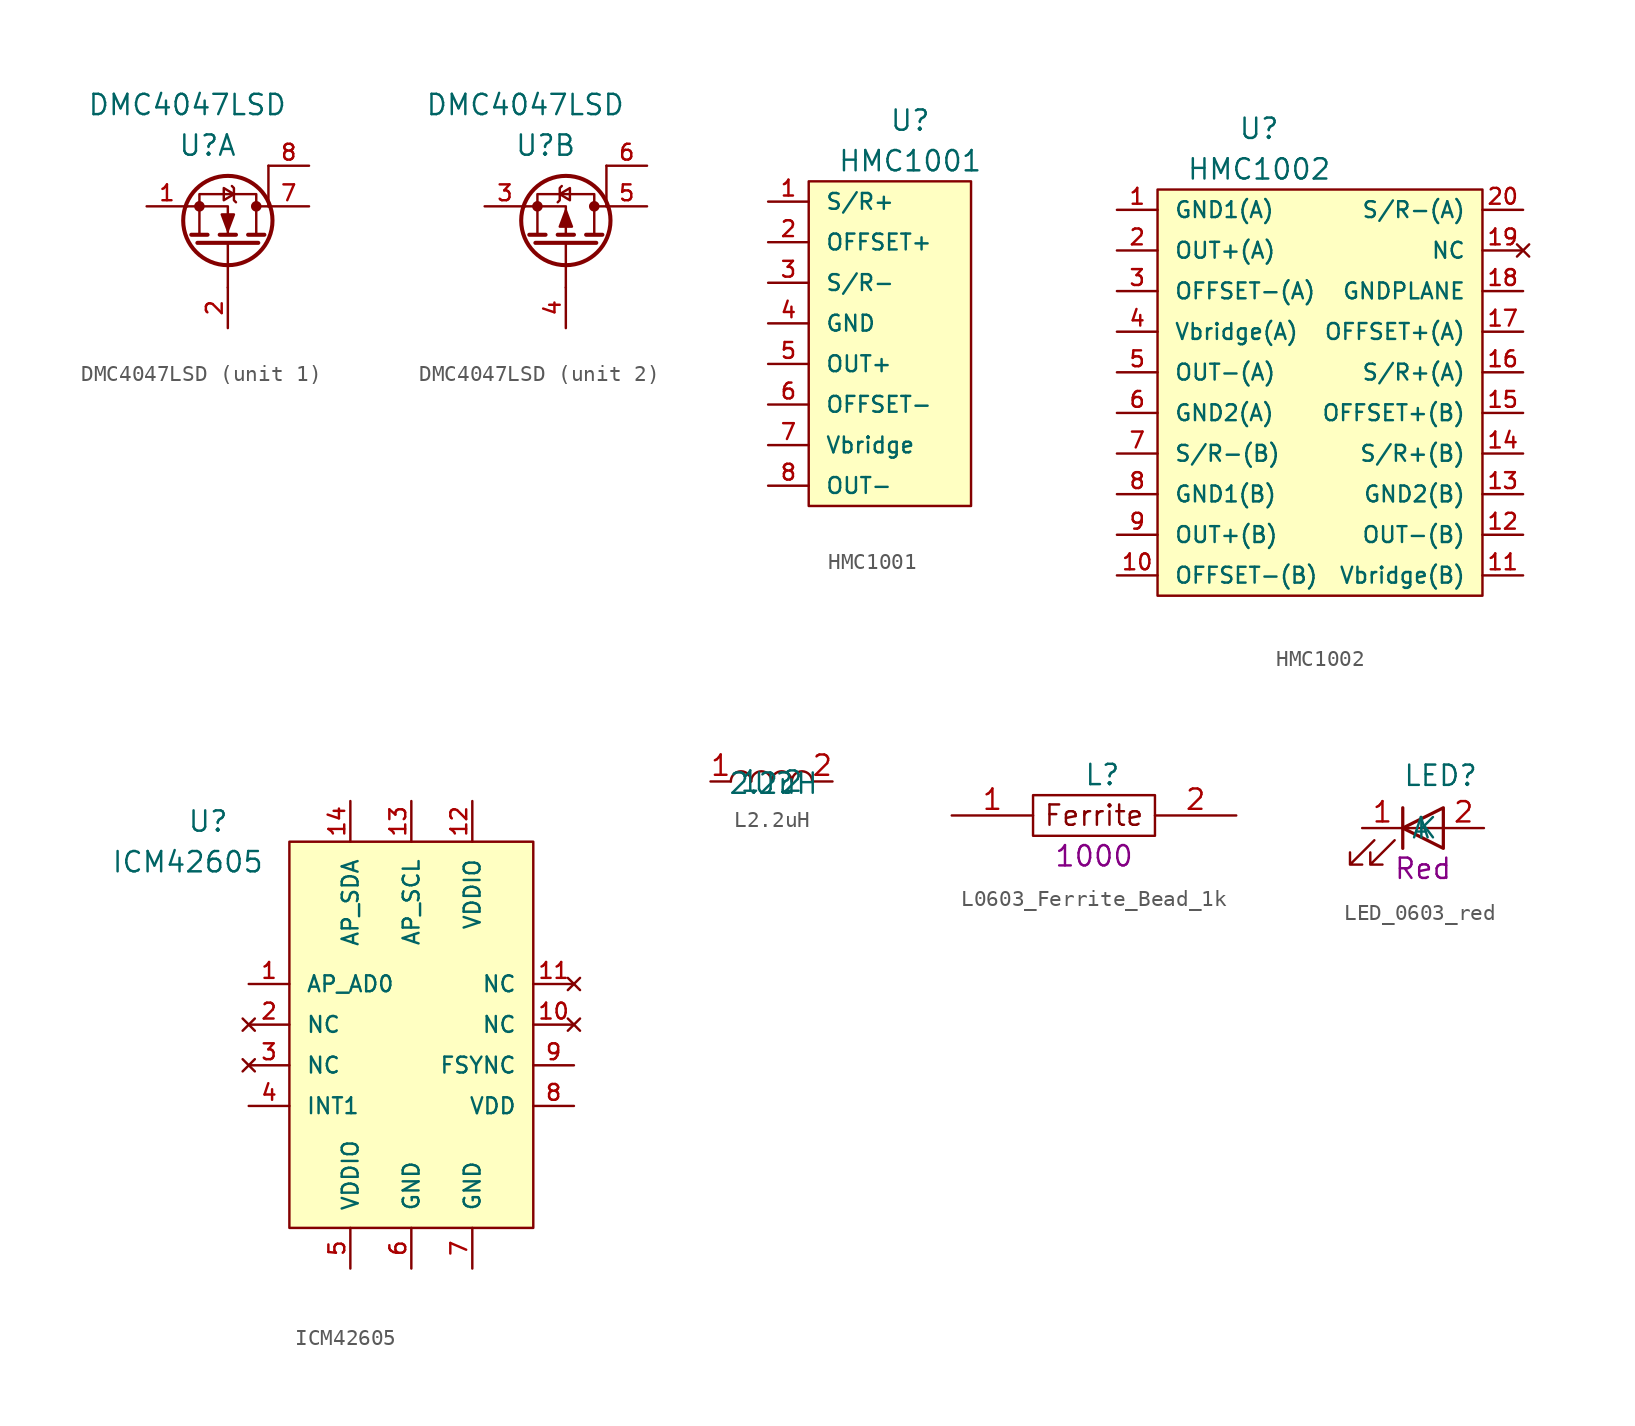
<source format=kicad_sym>
(kicad_symbol_lib
  (version 20220914)
  (generator kicad_symbol_editor)
  (symbol "DMC4047LSD"
    (pin_names
      (offset 1.016))
    (property "Reference" "U"
      (at -1.27 -1.27 0)
      (effects (font (size 1.27 1.27))))
    (property "Value" "DMC4047LSD"
      (at -2.54 1.27 0)
      (effects (font (size 1.27 1.27))))
    (symbol "DMC4047LSD_1_1"
      (circle (center -1.778 -5.08) (radius 0.254) (stroke (width 0) (type solid)) (fill (type outline)))
      (circle (center 0 -5.969) (radius 2.794) (stroke (width 0.254) (type solid)) (fill (type none)))
      (polyline (pts (xy -1.27 -6.858) (xy -2.286 -6.858)) (stroke (width 0.254) (type solid)) (fill (type none)))
      (polyline (pts (xy 0 -7.366) (xy 0 -10.16)) (stroke (width 0) (type solid)) (fill (type none)))
      (polyline (pts (xy 0.508 -6.858) (xy -0.508 -6.858)) (stroke (width 0.254) (type solid)) (fill (type none)))
      (polyline (pts (xy 1.905 -7.366) (xy -1.905 -7.366)) (stroke (width 0.254) (type solid)) (fill (type none)))
      (polyline (pts (xy 2.286 -6.858) (xy 1.27 -6.858)) (stroke (width 0.254) (type solid)) (fill (type none)))
      (polyline (pts (xy 2.54 -5.08) (xy 1.778 -5.08)) (stroke (width 0) (type solid)) (fill (type none)))
      (polyline (pts (xy 2.54 -5.08) (xy 2.54 -2.54)) (stroke (width 0) (type solid)) (fill (type none)))
      (polyline (pts (xy -2.54 -5.08) (xy 0 -5.08) (xy 0 -6.858)) (stroke (width 0) (type solid)) (fill (type none)))
      (polyline (pts (xy -1.778 -6.858) (xy -1.778 -4.318) (xy 1.778 -4.318) (xy 1.778 -6.858)) (stroke (width 0) (type solid)) (fill (type none)))
      (polyline (pts (xy 0 -6.604) (xy 0.381 -5.588) (xy -0.381 -5.588) (xy 0 -6.604)) (stroke (width 0) (type solid)) (fill (type outline)))
      (polyline (pts (xy 0.381 -4.318) (xy -0.254 -4.699) (xy -0.254 -3.937) (xy 0.381 -4.318)) (stroke (width 0) (type solid)) (fill (type none)))
      (polyline (pts (xy 0.508 -4.826) (xy 0.381 -4.699) (xy 0.381 -3.937) (xy 0.254 -3.81)) (stroke (width 0) (type solid)) (fill (type none)))
      (circle (center 1.778 -5.08) (radius 0.254) (stroke (width 0) (type solid)) (fill (type outline)))
      (pin passive line (at -5.08 -5.08 0) (length 2.54) (name "~" (effects (font (size 0.991 0.991)))) (number "1" (effects (font (size 0.991 0.991)))))
      (pin passive line (at 0 -12.7 90) (length 2.54) (name "~" (effects (font (size 0.991 0.991)))) (number "2" (effects (font (size 0.991 0.991)))))
      (pin passive line (at 5.08 -5.08 180) (length 2.54) (name "~" (effects (font (size 0.991 0.991)))) (number "7" (effects (font (size 0.991 0.991)))))
      (pin passive line (at 5.08 -2.54 180) (length 2.54) (name "~" (effects (font (size 0.991 0.991)))) (number "8" (effects (font (size 0.991 0.991))))))
    (symbol "DMC4047LSD_2_1"
      (circle (center -1.778 -5.08) (radius 0.254) (stroke (width 0) (type solid)) (fill (type outline)))
      (circle (center 0 -5.969) (radius 2.794) (stroke (width 0.254) (type solid)) (fill (type none)))
      (polyline (pts (xy -1.27 -6.858) (xy -2.286 -6.858)) (stroke (width 0.254) (type solid)) (fill (type none)))
      (polyline (pts (xy 0 -7.366) (xy 0 -10.16)) (stroke (width 0) (type solid)) (fill (type none)))
      (polyline (pts (xy 0.508 -6.858) (xy -0.508 -6.858)) (stroke (width 0.254) (type solid)) (fill (type none)))
      (polyline (pts (xy 1.905 -7.366) (xy -1.905 -7.366)) (stroke (width 0.254) (type solid)) (fill (type none)))
      (polyline (pts (xy 2.286 -6.858) (xy 1.27 -6.858)) (stroke (width 0.254) (type solid)) (fill (type none)))
      (polyline (pts (xy 2.54 -5.08) (xy 1.778 -5.08)) (stroke (width 0) (type solid)) (fill (type none)))
      (polyline (pts (xy 2.54 -5.08) (xy 2.54 -2.54)) (stroke (width 0) (type solid)) (fill (type none)))
      (polyline (pts (xy -2.54 -5.08) (xy 0 -5.08) (xy 0 -6.858)) (stroke (width 0) (type solid)) (fill (type none)))
      (polyline (pts (xy -1.778 -6.858) (xy -1.778 -4.318) (xy 1.778 -4.318) (xy 1.778 -6.858)) (stroke (width 0) (type solid)) (fill (type none)))
      (polyline (pts (xy -0.508 -4.826) (xy -0.381 -4.699) (xy -0.381 -3.937) (xy -0.254 -3.81)) (stroke (width 0) (type solid)) (fill (type none)))
      (polyline (pts (xy -0.381 -4.318) (xy 0.254 -4.699) (xy 0.254 -3.937) (xy -0.381 -4.318)) (stroke (width 0) (type solid)) (fill (type none)))
      (polyline (pts (xy 0 -5.334) (xy 0.381 -6.35) (xy -0.381 -6.35) (xy 0 -5.334)) (stroke (width 0) (type solid)) (fill (type outline)))
      (circle (center 1.778 -5.08) (radius 0.254) (stroke (width 0) (type solid)) (fill (type outline)))
      (pin passive line (at -5.08 -5.08 0) (length 2.54) (name "~" (effects (font (size 0.991 0.991)))) (number "3" (effects (font (size 0.991 0.991)))))
      (pin passive line (at 0 -12.7 90) (length 2.54) (name "~" (effects (font (size 0.991 0.991)))) (number "4" (effects (font (size 0.991 0.991)))))
      (pin passive line (at 5.08 -5.08 180) (length 2.54) (name "~" (effects (font (size 0.991 0.991)))) (number "5" (effects (font (size 0.991 0.991)))))
      (pin passive line (at 5.08 -2.54 180) (length 2.54) (name "~" (effects (font (size 0.991 0.991)))) (number "6" (effects (font (size 0.991 0.991)))))))
  (symbol "HMC1001"
    (pin_names
      (offset 1.016))
    (property "Reference" "U"
      (at 3.81 2.54 0)
      (effects (font (size 1.27 1.27))))
    (property "Value" "HMC1001"
      (at 3.81 0 0)
      (effects (font (size 1.27 1.27))))
    (symbol "HMC1001_0_1"
      (rectangle (start -2.54 -1.27) (end 7.62 -21.59) (stroke (width 0) (type solid)) (fill (type background))))
    (symbol "HMC1001_1_1"
      (pin passive line (at -5.08 -2.54 0) (length 2.54) (name "S/R+" (effects (font (size 0.991 0.991)))) (number "1" (effects (font (size 0.991 0.991)))))
      (pin passive line (at -5.08 -5.08 0) (length 2.54) (name "OFFSET+" (effects (font (size 0.991 0.991)))) (number "2" (effects (font (size 0.991 0.991)))))
      (pin passive line (at -5.08 -7.62 0) (length 2.54) (name "S/R-" (effects (font (size 0.991 0.991)))) (number "3" (effects (font (size 0.991 0.991)))))
      (pin power_in line (at -5.08 -10.16 0) (length 2.54) (name "GND" (effects (font (size 0.991 0.991)))) (number "4" (effects (font (size 0.991 0.991)))))
      (pin passive line (at -5.08 -12.7 0) (length 2.54) (name "OUT+" (effects (font (size 0.991 0.991)))) (number "5" (effects (font (size 0.991 0.991)))))
      (pin passive line (at -5.08 -15.24 0) (length 2.54) (name "OFFSET-" (effects (font (size 0.991 0.991)))) (number "6" (effects (font (size 0.991 0.991)))))
      (pin power_in line (at -5.08 -17.78 0) (length 2.54) (name "Vbridge" (effects (font (size 0.991 0.991)))) (number "7" (effects (font (size 0.991 0.991)))))
      (pin passive line (at -5.08 -20.32 0) (length 2.54) (name "OUT-" (effects (font (size 0.991 0.991)))) (number "8" (effects (font (size 0.991 0.991)))))))
  (symbol "HMC1002"
    (pin_names
      (offset 1.016))
    (property "Reference" "U"
      (at 3.81 2.54 0)
      (effects (font (size 1.27 1.27))))
    (property "Value" "HMC1002"
      (at 3.81 0 0)
      (effects (font (size 1.27 1.27))))
    (symbol "HMC1002_0_1"
      (rectangle (start -2.54 -1.27) (end 17.78 -26.67) (stroke (width 0) (type solid)) (fill (type background))))
    (symbol "HMC1002_1_1"
      (pin power_in line (at -5.08 -2.54 0) (length 2.54) (name "GND1(A)" (effects (font (size 0.991 0.991)))) (number "1" (effects (font (size 0.991 0.991)))))
      (pin passive line (at -5.08 -25.4 0) (length 2.54) (name "OFFSET-(B)" (effects (font (size 0.991 0.991)))) (number "10" (effects (font (size 0.991 0.991)))))
      (pin power_in line (at 20.32 -25.4 180) (length 2.54) (name "Vbridge(B)" (effects (font (size 0.991 0.991)))) (number "11" (effects (font (size 0.991 0.991)))))
      (pin passive line (at 20.32 -22.86 180) (length 2.54) (name "OUT-(B)" (effects (font (size 0.991 0.991)))) (number "12" (effects (font (size 0.991 0.991)))))
      (pin passive line (at 20.32 -20.32 180) (length 2.54) (name "GND2(B)" (effects (font (size 0.991 0.991)))) (number "13" (effects (font (size 0.991 0.991)))))
      (pin passive line (at 20.32 -17.78 180) (length 2.54) (name "S/R+(B)" (effects (font (size 0.991 0.991)))) (number "14" (effects (font (size 0.991 0.991)))))
      (pin passive line (at 20.32 -15.24 180) (length 2.54) (name "OFFSET+(B)" (effects (font (size 0.991 0.991)))) (number "15" (effects (font (size 0.991 0.991)))))
      (pin passive line (at 20.32 -12.7 180) (length 2.54) (name "S/R+(A)" (effects (font (size 0.991 0.991)))) (number "16" (effects (font (size 0.991 0.991)))))
      (pin passive line (at 20.32 -10.16 180) (length 2.54) (name "OFFSET+(A)" (effects (font (size 0.991 0.991)))) (number "17" (effects (font (size 0.991 0.991)))))
      (pin power_in line (at 20.32 -7.62 180) (length 2.54) (name "GNDPLANE" (effects (font (size 0.991 0.991)))) (number "18" (effects (font (size 0.991 0.991)))))
      (pin no_connect line (at 20.32 -5.08 180) (length 2.54) (name "NC" (effects (font (size 0.991 0.991)))) (number "19" (effects (font (size 0.991 0.991)))))
      (pin passive line (at -5.08 -5.08 0) (length 2.54) (name "OUT+(A)" (effects (font (size 0.991 0.991)))) (number "2" (effects (font (size 0.991 0.991)))))
      (pin passive line (at 20.32 -2.54 180) (length 2.54) (name "S/R-(A)" (effects (font (size 0.991 0.991)))) (number "20" (effects (font (size 0.991 0.991)))))
      (pin passive line (at -5.08 -7.62 0) (length 2.54) (name "OFFSET-(A)" (effects (font (size 0.991 0.991)))) (number "3" (effects (font (size 0.991 0.991)))))
      (pin power_in line (at -5.08 -10.16 0) (length 2.54) (name "Vbridge(A)" (effects (font (size 0.991 0.991)))) (number "4" (effects (font (size 0.991 0.991)))))
      (pin passive line (at -5.08 -12.7 0) (length 2.54) (name "OUT-(A)" (effects (font (size 0.991 0.991)))) (number "5" (effects (font (size 0.991 0.991)))))
      (pin power_in line (at -5.08 -15.24 0) (length 2.54) (name "GND2(A)" (effects (font (size 0.991 0.991)))) (number "6" (effects (font (size 0.991 0.991)))))
      (pin passive line (at -5.08 -17.78 0) (length 2.54) (name "S/R-(B)" (effects (font (size 0.991 0.991)))) (number "7" (effects (font (size 0.991 0.991)))))
      (pin passive line (at -5.08 -20.32 0) (length 2.54) (name "GND1(B)" (effects (font (size 0.991 0.991)))) (number "8" (effects (font (size 0.991 0.991)))))
      (pin passive line (at -5.08 -22.86 0) (length 2.54) (name "OUT+(B)" (effects (font (size 0.991 0.991)))) (number "9" (effects (font (size 0.991 0.991)))))))
  (symbol "ICM42605"
    (pin_names
      (offset 1.016))
    (property "Reference" "U"
      (at -8.89 5.08 0)
      (effects (font (size 1.27 1.27))))
    (property "Value" "ICM42605"
      (at -10.16 2.54 0)
      (effects (font (size 1.27 1.27))))
    (symbol "ICM42605_0_1"
      (rectangle (start -3.81 3.81) (end 11.43 -20.32) (stroke (width 0) (type solid)) (fill (type background))))
    (symbol "ICM42605_1_1"
      (pin input line (at -6.35 -5.08 0) (length 2.54) (name "AP_AD0" (effects (font (size 0.991 0.991)))) (number "1" (effects (font (size 0.991 0.991)))))
      (pin no_connect line (at 13.97 -7.62 180) (length 2.54) (name "NC" (effects (font (size 0.991 0.991)))) (number "10" (effects (font (size 0.991 0.991)))))
      (pin no_connect line (at 13.97 -5.08 180) (length 2.54) (name "NC" (effects (font (size 0.991 0.991)))) (number "11" (effects (font (size 0.991 0.991)))))
      (pin power_in line (at 7.62 6.35 270) (length 2.54) (name "VDDIO" (effects (font (size 0.991 0.991)))) (number "12" (effects (font (size 0.991 0.991)))))
      (pin open_collector line (at 3.81 6.35 270) (length 2.54) (name "AP_SCL" (effects (font (size 0.991 0.991)))) (number "13" (effects (font (size 0.991 0.991)))))
      (pin open_collector line (at 0 6.35 270) (length 2.54) (name "AP_SDA" (effects (font (size 0.991 0.991)))) (number "14" (effects (font (size 0.991 0.991)))))
      (pin no_connect line (at -6.35 -7.62 0) (length 2.54) (name "NC" (effects (font (size 0.991 0.991)))) (number "2" (effects (font (size 0.991 0.991)))))
      (pin no_connect line (at -6.35 -10.16 0) (length 2.54) (name "NC" (effects (font (size 0.991 0.991)))) (number "3" (effects (font (size 0.991 0.991)))))
      (pin output line (at -6.35 -12.7 0) (length 2.54) (name "INT1" (effects (font (size 0.991 0.991)))) (number "4" (effects (font (size 0.991 0.991)))))
      (pin power_in line (at 0 -22.86 90) (length 2.54) (name "VDDIO" (effects (font (size 0.991 0.991)))) (number "5" (effects (font (size 0.991 0.991)))))
      (pin power_in line (at 3.81 -22.86 90) (length 2.54) (name "GND" (effects (font (size 0.991 0.991)))) (number "6" (effects (font (size 0.991 0.991)))))
      (pin power_in line (at 7.62 -22.86 90) (length 2.54) (name "GND" (effects (font (size 0.991 0.991)))) (number "7" (effects (font (size 0.991 0.991)))))
      (pin power_in line (at 13.97 -12.7 180) (length 2.54) (name "VDD" (effects (font (size 0.991 0.991)))) (number "8" (effects (font (size 0.991 0.991)))))
      (pin bidirectional line (at 13.97 -10.16 180) (length 2.54) (name "FSYNC" (effects (font (size 0.991 0.991)))) (number "9" (effects (font (size 0.991 0.991)))))))
  (symbol "L2.2uH"
    (property "Reference" "U"
      (at 0 0 0)
      (effects (font (size 1.27 1.27))))
    (property "Value" "2.2uH"
      (at 0 0 0)
      (effects (font (size 1.27 1.27))))
    (symbol "L2.2uH_0_1"
      (arc (start -1.397 0.127) (mid -2.032 0.7593) (end -2.667 0.127) (stroke (width 0) (type default)) (fill (type none)))
      (arc (start -0.127 0.127) (mid -0.762 0.7593) (end -1.397 0.127) (stroke (width 0) (type default)) (fill (type none)))
      (arc (start 1.143 0.127) (mid 0.508 0.7593) (end -0.127 0.127) (stroke (width 0) (type default)) (fill (type none)))
      (arc (start 2.413 0.127) (mid 1.778 0.7593) (end 1.143 0.127) (stroke (width 0) (type default)) (fill (type none))))
    (symbol "L2.2uH_1_1"
      (pin passive line (at -3.937 0.127 0) (length 1.27) (name "1" (effects (font (size 1.27 1.27)))) (number "1" (effects (font (size 1.27 1.27)))))
      (pin passive line (at 3.683 0.127 180) (length 1.27) (name "2" (effects (font (size 1.27 1.27)))) (number "2" (effects (font (size 1.27 1.27)))))))
  (symbol "L0603_Ferrite_Bead_1k"
    (pin_names
      (offset 0.762))
    (property "Reference" "L"
      (at 8.255 2.54 0)
      (effects (font (size 1.27 1.27)) (justify left)))
    (property "Val" "1000"
      (at 8.89 -2.54 0)
      (effects (font (size 1.27 1.27))))
    (symbol "L0603_Ferrite_Bead_1k_0_0"
      (text "Ferrite" (at 8.89 0 0) (effects (font (size 1.27 1.27))))
      (pin passive line (at 0 0 0) (length 5.08) (name "~" (effects (font (size 1.27 1.27)))) (number "1" (effects (font (size 1.27 1.27)))))
      (pin passive line (at 17.78 0 180) (length 5.08) (name "~" (effects (font (size 1.27 1.27)))) (number "2" (effects (font (size 1.27 1.27))))))
    (symbol "L0603_Ferrite_Bead_1k_0_1"
      (polyline (pts (xy 5.08 1.27) (xy 12.7 1.27) (xy 12.7 -1.27) (xy 5.08 -1.27) (xy 5.08 1.27)) (stroke (width 0.152) (type solid)) (fill (type none)))))
  (symbol "LED_0603_red"
    (pin_names
      (offset 0.762))
    (property "Reference" "LED"
      (at -1.27 2.54 0)
      (effects (font (size 1.27 1.27)) (justify left bottom)))
    (property "Val" "Red"
      (at 0 -2.54 0)
      (effects (font (size 1.27 1.27))))
    (symbol "LED_0603_red_1_1"
      (polyline (pts (xy -1.27 -1.27) (xy -1.27 1.27)) (stroke (width 0.203) (type solid)) (fill (type none)))
      (polyline (pts (xy -1.27 0) (xy 1.27 0)) (stroke (width 0) (type solid)) (fill (type none)))
      (polyline (pts (xy 1.27 -1.27) (xy 1.27 1.27) (xy -1.27 0) (xy 1.27 -1.27)) (stroke (width 0.203) (type solid)) (fill (type none)))
      (polyline (pts (xy -3.048 -0.762) (xy -4.572 -2.286) (xy -3.81 -2.286) (xy -4.572 -2.286) (xy -4.572 -1.524)) (stroke (width 0) (type solid)) (fill (type none)))
      (polyline (pts (xy -1.778 -0.762) (xy -3.302 -2.286) (xy -2.54 -2.286) (xy -3.302 -2.286) (xy -3.302 -1.524)) (stroke (width 0) (type solid)) (fill (type none)))
      (pin passive line (at -3.81 0 0) (length 2.54) (name "K" (effects (font (size 1.27 1.27)))) (number "1" (effects (font (size 1.27 1.27)))))
      (pin passive line (at 3.81 0 180) (length 2.54) (name "A" (effects (font (size 1.27 1.27)))) (number "2" (effects (font (size 1.27 1.27))))))))
</source>
